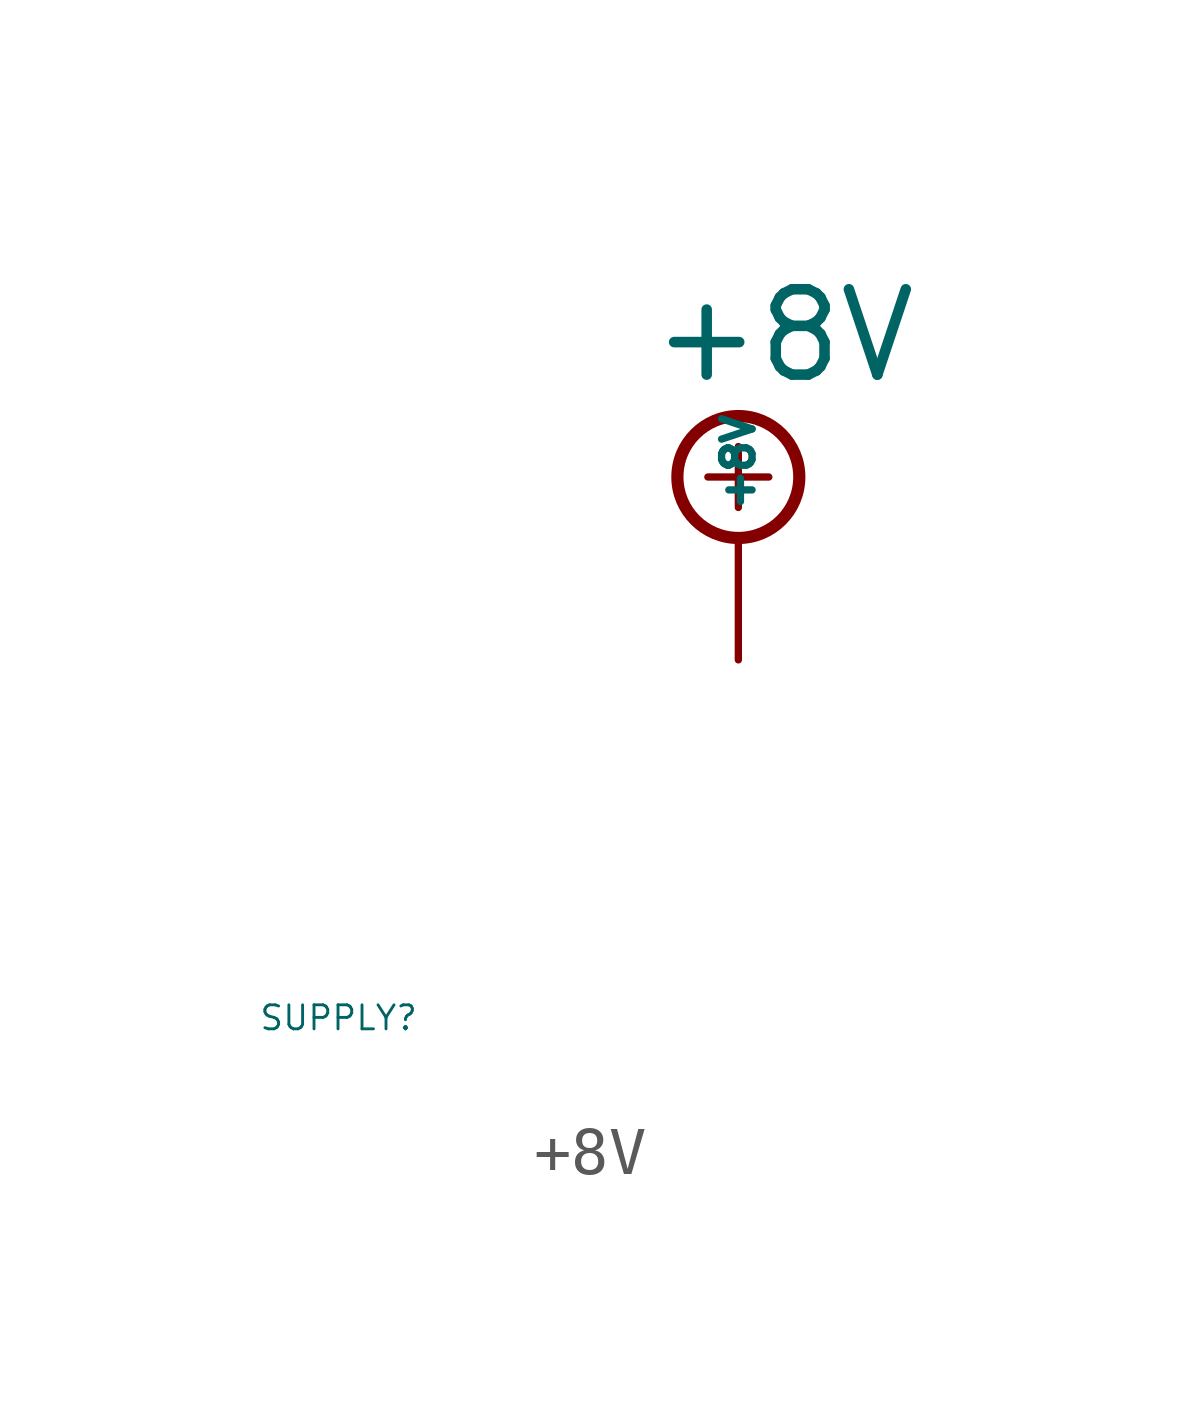
<source format=kicad_sym>
(kicad_symbol_lib
  (version 20220914)
  (generator Eagle2Kicad)
  (symbol "+8V"
    (property "Reference" "SUPPLY"
      (at -10 -10 0)
      (effects (font (size 0.5 0.5) (thickness 0.06)) (justify left)))
    (property "Value" "+8V"
      (at -1.905 3.175 0)
      (effects (font (size 1.778 1.778) (thickness 0.22)) (justify left bottom)))
    (polyline
      (pts (xy -0.635 1.27) (xy 0.635 1.27))
      (stroke (width 0.152) (type default))
      (fill (type none)))
    (polyline
      (pts (xy 0 0.635) (xy 0 1.905))
      (stroke (width 0.152) (type default))
      (fill (type none)))
    (circle
      (center 0 1.27)
      (radius 1.27)
      (stroke (width 0.254) (type default))
      (fill (type none)))
    (pin unspecified line
      (at 0 -2.54 90)
      (length 2.54)
      (name "+8V" (effects (font (size 0.635 0.635) (thickness 0.08)) (justify left bottom)))
      (number "" (effects (font (size 0.635 0.635) (thickness 0.08)) (justify left bottom))))))
</source>
